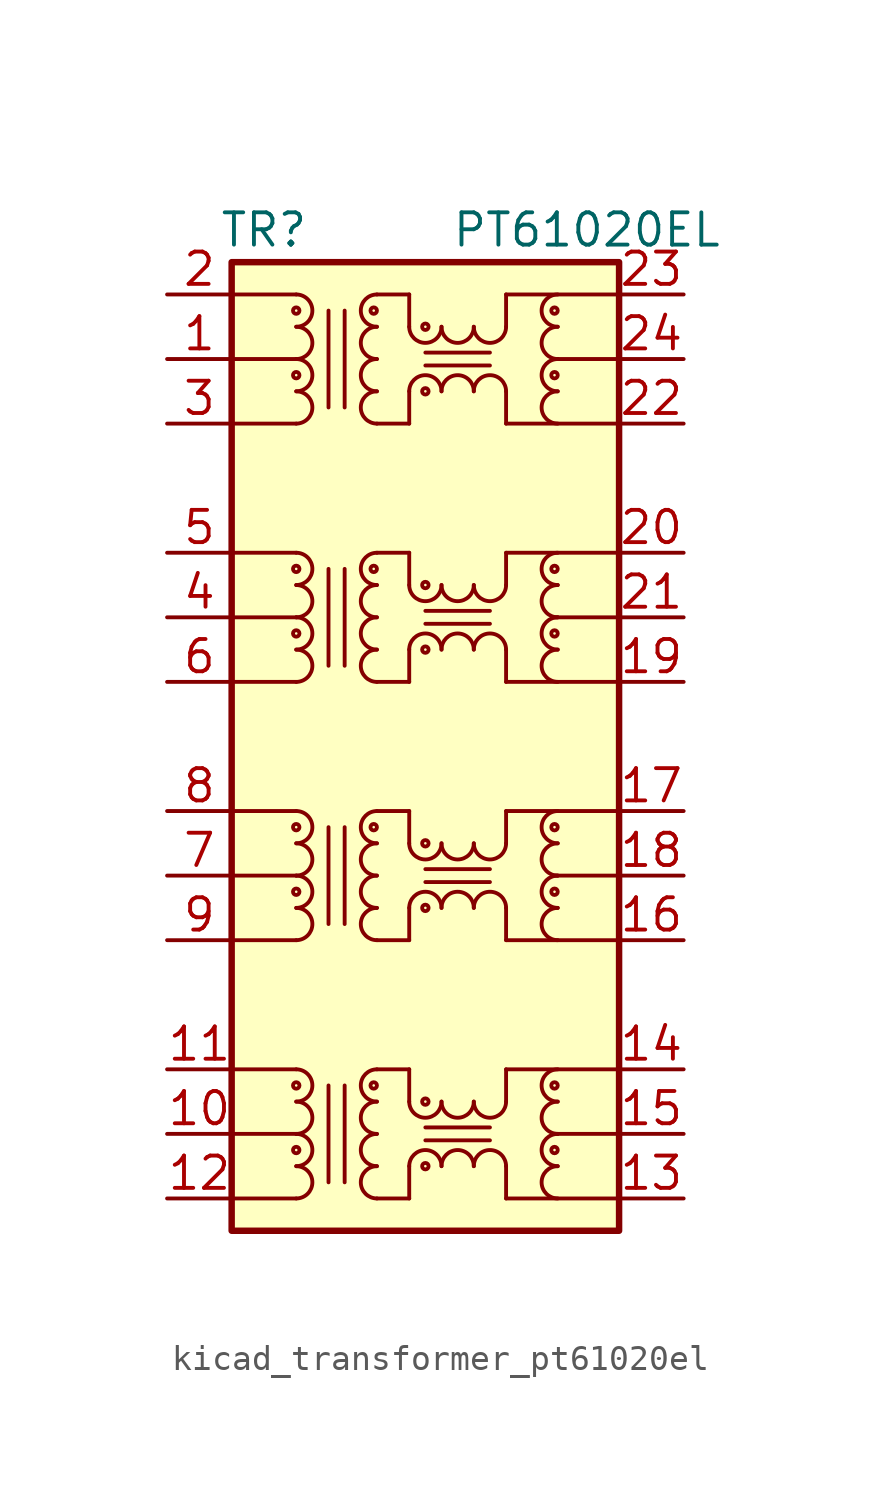
<source format=kicad_sym>
(kicad_symbol_lib
  (version 20220914)
  (generator kicad_symbol_editor)
  (symbol "kicad_transformer_pt61020el"
    (pin_names hide)
    (property "Reference" "TR"
      (at -6.35 20.32 0)
      (effects (font (size 1.27 1.27))))
    (property "Value" "PT61020EL"
      (at 6.35 20.32 0)
      (effects (font (size 1.27 1.27))))
    (symbol "kicad_transformer_pt61020el_0_1"
      (rectangle (start -7.62 19.05) (end 7.62 -19.05) (stroke (width 0.254) (type default)) (fill (type background)))
      (polyline (pts (xy -7.62 -17.78) (xy -5.08 -17.78)) (stroke (width 0) (type default)) (fill (type none)))
      (polyline (pts (xy -7.62 -15.24) (xy -5.08 -15.24)) (stroke (width 0) (type default)) (fill (type none)))
      (polyline (pts (xy -7.62 -12.7) (xy -5.08 -12.7)) (stroke (width 0) (type default)) (fill (type none)))
      (polyline (pts (xy -7.62 -7.62) (xy -5.08 -7.62)) (stroke (width 0) (type default)) (fill (type none)))
      (polyline (pts (xy -7.62 -5.08) (xy -5.08 -5.08)) (stroke (width 0) (type default)) (fill (type none)))
      (polyline (pts (xy -7.62 -2.54) (xy -5.08 -2.54)) (stroke (width 0) (type default)) (fill (type none)))
      (polyline (pts (xy -7.62 2.54) (xy -5.08 2.54)) (stroke (width 0) (type default)) (fill (type none)))
      (polyline (pts (xy -7.62 5.08) (xy -5.08 5.08)) (stroke (width 0) (type default)) (fill (type none)))
      (polyline (pts (xy -7.62 7.62) (xy -5.08 7.62)) (stroke (width 0) (type default)) (fill (type none)))
      (polyline (pts (xy -7.62 12.7) (xy -5.08 12.7)) (stroke (width 0) (type default)) (fill (type none)))
      (polyline (pts (xy -7.62 15.24) (xy -5.08 15.24)) (stroke (width 0) (type default)) (fill (type none)))
      (polyline (pts (xy -7.62 17.78) (xy -5.08 17.78)) (stroke (width 0) (type default)) (fill (type none)))
      (polyline (pts (xy -1.905 -17.78) (xy -0.635 -17.78)) (stroke (width 0) (type default)) (fill (type none)))
      (polyline (pts (xy -1.905 -12.7) (xy -0.635 -12.7)) (stroke (width 0) (type default)) (fill (type none)))
      (polyline (pts (xy -1.905 -7.62) (xy -0.635 -7.62)) (stroke (width 0) (type default)) (fill (type none)))
      (polyline (pts (xy -1.905 -2.54) (xy -0.635 -2.54)) (stroke (width 0) (type default)) (fill (type none)))
      (polyline (pts (xy -1.905 2.54) (xy -0.635 2.54)) (stroke (width 0) (type default)) (fill (type none)))
      (polyline (pts (xy -1.905 7.62) (xy -0.635 7.62)) (stroke (width 0) (type default)) (fill (type none)))
      (polyline (pts (xy -1.905 12.7) (xy -0.635 12.7)) (stroke (width 0) (type default)) (fill (type none)))
      (polyline (pts (xy -1.905 17.78) (xy -0.635 17.78)) (stroke (width 0) (type default)) (fill (type none)))
      (polyline (pts (xy -0.635 -16.51) (xy -0.635 -17.78)) (stroke (width 0) (type default)) (fill (type none)))
      (polyline (pts (xy -0.635 -12.7) (xy -0.635 -13.97)) (stroke (width 0) (type default)) (fill (type none)))
      (polyline (pts (xy -0.635 -6.35) (xy -0.635 -7.62)) (stroke (width 0) (type default)) (fill (type none)))
      (polyline (pts (xy -0.635 -2.54) (xy -0.635 -3.81)) (stroke (width 0) (type default)) (fill (type none)))
      (polyline (pts (xy -0.635 3.81) (xy -0.635 2.54)) (stroke (width 0) (type default)) (fill (type none)))
      (polyline (pts (xy -0.635 7.62) (xy -0.635 6.35)) (stroke (width 0) (type default)) (fill (type none)))
      (polyline (pts (xy -0.635 13.97) (xy -0.635 12.7)) (stroke (width 0) (type default)) (fill (type none)))
      (polyline (pts (xy -0.635 17.78) (xy -0.635 16.51)) (stroke (width 0) (type default)) (fill (type none)))
      (polyline (pts (xy 3.175 -17.78) (xy 3.175 -16.51)) (stroke (width 0) (type default)) (fill (type none)))
      (polyline (pts (xy 3.175 -17.78) (xy 7.62 -17.78)) (stroke (width 0) (type default)) (fill (type none)))
      (polyline (pts (xy 3.175 -13.97) (xy 3.175 -12.7)) (stroke (width 0) (type default)) (fill (type none)))
      (polyline (pts (xy 3.175 -12.7) (xy 7.62 -12.7)) (stroke (width 0) (type default)) (fill (type none)))
      (polyline (pts (xy 3.175 -7.62) (xy 3.175 -6.35)) (stroke (width 0) (type default)) (fill (type none)))
      (polyline (pts (xy 3.175 -7.62) (xy 7.62 -7.62)) (stroke (width 0) (type default)) (fill (type none)))
      (polyline (pts (xy 3.175 -3.81) (xy 3.175 -2.54)) (stroke (width 0) (type default)) (fill (type none)))
      (polyline (pts (xy 3.175 -2.54) (xy 7.62 -2.54)) (stroke (width 0) (type default)) (fill (type none)))
      (polyline (pts (xy 3.175 2.54) (xy 3.175 3.81)) (stroke (width 0) (type default)) (fill (type none)))
      (polyline (pts (xy 3.175 2.54) (xy 7.62 2.54)) (stroke (width 0) (type default)) (fill (type none)))
      (polyline (pts (xy 3.175 6.35) (xy 3.175 7.62)) (stroke (width 0) (type default)) (fill (type none)))
      (polyline (pts (xy 3.175 7.62) (xy 7.62 7.62)) (stroke (width 0) (type default)) (fill (type none)))
      (polyline (pts (xy 3.175 12.7) (xy 3.175 13.97)) (stroke (width 0) (type default)) (fill (type none)))
      (polyline (pts (xy 3.175 12.7) (xy 7.62 12.7)) (stroke (width 0) (type default)) (fill (type none)))
      (polyline (pts (xy 3.175 16.51) (xy 3.175 17.78)) (stroke (width 0) (type default)) (fill (type none)))
      (polyline (pts (xy 3.175 17.78) (xy 7.62 17.78)) (stroke (width 0) (type default)) (fill (type none)))
      (polyline (pts (xy 5.08 -15.24) (xy 7.62 -15.24)) (stroke (width 0) (type default)) (fill (type none)))
      (polyline (pts (xy 5.08 -5.08) (xy 7.62 -5.08)) (stroke (width 0) (type default)) (fill (type none)))
      (polyline (pts (xy 5.08 5.08) (xy 7.62 5.08)) (stroke (width 0) (type default)) (fill (type none)))
      (polyline (pts (xy 5.08 15.24) (xy 7.62 15.24)) (stroke (width 0) (type default)) (fill (type none)))
      (polyline (pts (xy 7.62 15.24) (xy 7.62 15.24)) (stroke (width 0) (type default)) (fill (type none)))
      (pin passive line (at -10.16 15.24 0) (length 2.54) (name "TCT1" (effects (font (size 1.27 1.27)))) (number "1" (effects (font (size 1.27 1.27)))))
      (pin passive line (at -10.16 -15.24 0) (length 2.54) (name "TCT4" (effects (font (size 1.27 1.27)))) (number "10" (effects (font (size 1.27 1.27)))))
      (pin passive line (at -10.16 -12.7 0) (length 2.54) (name "TD4+" (effects (font (size 1.27 1.27)))) (number "11" (effects (font (size 1.27 1.27)))))
      (pin passive line (at -10.16 -17.78 0) (length 2.54) (name "TD4-" (effects (font (size 1.27 1.27)))) (number "12" (effects (font (size 1.27 1.27)))))
      (pin passive line (at 10.16 -17.78 180) (length 2.54) (name "MX4-" (effects (font (size 1.27 1.27)))) (number "13" (effects (font (size 1.27 1.27)))))
      (pin passive line (at 10.16 -12.7 180) (length 2.54) (name "MX4+" (effects (font (size 1.27 1.27)))) (number "14" (effects (font (size 1.27 1.27)))))
      (pin passive line (at 10.16 -15.24 180) (length 2.54) (name "MCT4" (effects (font (size 1.27 1.27)))) (number "15" (effects (font (size 1.27 1.27)))))
      (pin passive line (at 10.16 -7.62 180) (length 2.54) (name "MX3-" (effects (font (size 1.27 1.27)))) (number "16" (effects (font (size 1.27 1.27)))))
      (pin passive line (at 10.16 -2.54 180) (length 2.54) (name "MX3+" (effects (font (size 1.27 1.27)))) (number "17" (effects (font (size 1.27 1.27)))))
      (pin passive line (at 10.16 -5.08 180) (length 2.54) (name "MCT3" (effects (font (size 1.27 1.27)))) (number "18" (effects (font (size 1.27 1.27)))))
      (pin passive line (at 10.16 2.54 180) (length 2.54) (name "MX2-" (effects (font (size 1.27 1.27)))) (number "19" (effects (font (size 1.27 1.27)))))
      (pin passive line (at -10.16 17.78 0) (length 2.54) (name "TD1+" (effects (font (size 1.27 1.27)))) (number "2" (effects (font (size 1.27 1.27)))))
      (pin passive line (at 10.16 7.62 180) (length 2.54) (name "MX2+" (effects (font (size 1.27 1.27)))) (number "20" (effects (font (size 1.27 1.27)))))
      (pin passive line (at 10.16 5.08 180) (length 2.54) (name "MCT2" (effects (font (size 1.27 1.27)))) (number "21" (effects (font (size 1.27 1.27)))))
      (pin passive line (at 10.16 12.7 180) (length 2.54) (name "MX1-" (effects (font (size 1.27 1.27)))) (number "22" (effects (font (size 1.27 1.27)))))
      (pin passive line (at 10.16 17.78 180) (length 2.54) (name "MX1+" (effects (font (size 1.27 1.27)))) (number "23" (effects (font (size 1.27 1.27)))))
      (pin passive line (at 10.16 15.24 180) (length 2.54) (name "MCT1" (effects (font (size 1.27 1.27)))) (number "24" (effects (font (size 1.27 1.27)))))
      (pin passive line (at -10.16 12.7 0) (length 2.54) (name "TD1-" (effects (font (size 1.27 1.27)))) (number "3" (effects (font (size 1.27 1.27)))))
      (pin passive line (at -10.16 5.08 0) (length 2.54) (name "TCT2" (effects (font (size 1.27 1.27)))) (number "4" (effects (font (size 1.27 1.27)))))
      (pin passive line (at -10.16 7.62 0) (length 2.54) (name "TD2+" (effects (font (size 1.27 1.27)))) (number "5" (effects (font (size 1.27 1.27)))))
      (pin passive line (at -10.16 2.54 0) (length 2.54) (name "TD2-" (effects (font (size 1.27 1.27)))) (number "6" (effects (font (size 1.27 1.27)))))
      (pin passive line (at -10.16 -5.08 0) (length 2.54) (name "TCT3" (effects (font (size 1.27 1.27)))) (number "7" (effects (font (size 1.27 1.27)))))
      (pin passive line (at -10.16 -2.54 0) (length 2.54) (name "TD3+" (effects (font (size 1.27 1.27)))) (number "8" (effects (font (size 1.27 1.27)))))
      (pin passive line (at -10.16 -7.62 0) (length 2.54) (name "TD3-" (effects (font (size 1.27 1.27)))) (number "9" (effects (font (size 1.27 1.27))))))
    (symbol "kicad_transformer_pt61020el_1_1"
      (arc (start -5.08 -17.78) (mid -4.4477 -17.145) (end -5.08 -16.51) (stroke (width 0) (type default)) (fill (type none)))
      (arc (start -5.08 -16.51) (mid -4.4477 -15.875) (end -5.08 -15.24) (stroke (width 0) (type default)) (fill (type none)))
      (circle (center -5.08 -15.875) (radius 0.127) (stroke (width 0) (type default)) (fill (type none)))
      (arc (start -5.08 -15.24) (mid -4.4477 -14.605) (end -5.08 -13.97) (stroke (width 0) (type default)) (fill (type none)))
      (arc (start -5.08 -13.97) (mid -4.4477 -13.335) (end -5.08 -12.7) (stroke (width 0) (type default)) (fill (type none)))
      (circle (center -5.08 -13.335) (radius 0.127) (stroke (width 0) (type default)) (fill (type none)))
      (arc (start -5.08 -7.62) (mid -4.4477 -6.985) (end -5.08 -6.35) (stroke (width 0) (type default)) (fill (type none)))
      (arc (start -5.08 -6.35) (mid -4.4477 -5.715) (end -5.08 -5.08) (stroke (width 0) (type default)) (fill (type none)))
      (circle (center -5.08 -5.715) (radius 0.127) (stroke (width 0) (type default)) (fill (type none)))
      (arc (start -5.08 -5.08) (mid -4.4477 -4.445) (end -5.08 -3.81) (stroke (width 0) (type default)) (fill (type none)))
      (arc (start -5.08 -3.81) (mid -4.4477 -3.175) (end -5.08 -2.54) (stroke (width 0) (type default)) (fill (type none)))
      (circle (center -5.08 -3.175) (radius 0.127) (stroke (width 0) (type default)) (fill (type none)))
      (arc (start -5.08 2.54) (mid -4.4477 3.175) (end -5.08 3.81) (stroke (width 0) (type default)) (fill (type none)))
      (arc (start -5.08 3.81) (mid -4.4477 4.445) (end -5.08 5.08) (stroke (width 0) (type default)) (fill (type none)))
      (circle (center -5.08 4.445) (radius 0.127) (stroke (width 0) (type default)) (fill (type none)))
      (arc (start -5.08 5.08) (mid -4.4477 5.715) (end -5.08 6.35) (stroke (width 0) (type default)) (fill (type none)))
      (arc (start -5.08 6.35) (mid -4.4477 6.985) (end -5.08 7.62) (stroke (width 0) (type default)) (fill (type none)))
      (circle (center -5.08 6.985) (radius 0.127) (stroke (width 0) (type default)) (fill (type none)))
      (arc (start -5.08 12.7) (mid -4.4477 13.335) (end -5.08 13.97) (stroke (width 0) (type default)) (fill (type none)))
      (arc (start -5.08 13.97) (mid -4.4477 14.605) (end -5.08 15.24) (stroke (width 0) (type default)) (fill (type none)))
      (circle (center -5.08 14.605) (radius 0.127) (stroke (width 0) (type default)) (fill (type none)))
      (arc (start -5.08 15.24) (mid -4.4477 15.875) (end -5.08 16.51) (stroke (width 0) (type default)) (fill (type none)))
      (arc (start -5.08 16.51) (mid -4.4477 17.145) (end -5.08 17.78) (stroke (width 0) (type default)) (fill (type none)))
      (circle (center -5.08 17.145) (radius 0.127) (stroke (width 0) (type default)) (fill (type none)))
      (circle (center -2.032 -13.335) (radius 0.127) (stroke (width 0) (type default)) (fill (type none)))
      (circle (center -2.032 -3.175) (radius 0.127) (stroke (width 0) (type default)) (fill (type none)))
      (circle (center -2.032 6.985) (radius 0.127) (stroke (width 0) (type default)) (fill (type none)))
      (circle (center -2.032 17.145) (radius 0.127) (stroke (width 0) (type default)) (fill (type none)))
      (arc (start -1.905 -16.51) (mid -2.5373 -17.145) (end -1.905 -17.78) (stroke (width 0) (type default)) (fill (type none)))
      (arc (start -1.905 -15.24) (mid -2.5373 -15.875) (end -1.905 -16.51) (stroke (width 0) (type default)) (fill (type none)))
      (arc (start -1.905 -13.97) (mid -2.5373 -14.605) (end -1.905 -15.24) (stroke (width 0) (type default)) (fill (type none)))
      (arc (start -1.905 -12.7) (mid -2.5373 -13.335) (end -1.905 -13.97) (stroke (width 0) (type default)) (fill (type none)))
      (arc (start -1.905 -6.35) (mid -2.5373 -6.985) (end -1.905 -7.62) (stroke (width 0) (type default)) (fill (type none)))
      (arc (start -1.905 -5.08) (mid -2.5373 -5.715) (end -1.905 -6.35) (stroke (width 0) (type default)) (fill (type none)))
      (arc (start -1.905 -3.81) (mid -2.5373 -4.445) (end -1.905 -5.08) (stroke (width 0) (type default)) (fill (type none)))
      (arc (start -1.905 -2.54) (mid -2.5373 -3.175) (end -1.905 -3.81) (stroke (width 0) (type default)) (fill (type none)))
      (arc (start -1.905 3.81) (mid -2.5373 3.175) (end -1.905 2.54) (stroke (width 0) (type default)) (fill (type none)))
      (arc (start -1.905 5.08) (mid -2.5373 4.445) (end -1.905 3.81) (stroke (width 0) (type default)) (fill (type none)))
      (arc (start -1.905 6.35) (mid -2.5373 5.715) (end -1.905 5.08) (stroke (width 0) (type default)) (fill (type none)))
      (arc (start -1.905 7.62) (mid -2.5373 6.985) (end -1.905 6.35) (stroke (width 0) (type default)) (fill (type none)))
      (arc (start -1.905 13.97) (mid -2.5373 13.335) (end -1.905 12.7) (stroke (width 0) (type default)) (fill (type none)))
      (arc (start -1.905 15.24) (mid -2.5373 14.605) (end -1.905 13.97) (stroke (width 0) (type default)) (fill (type none)))
      (arc (start -1.905 16.51) (mid -2.5373 15.875) (end -1.905 15.24) (stroke (width 0) (type default)) (fill (type none)))
      (arc (start -1.905 17.78) (mid -2.5373 17.145) (end -1.905 16.51) (stroke (width 0) (type default)) (fill (type none)))
      (arc (start -0.635 -13.97) (mid 0 -14.6023) (end 0.635 -13.97) (stroke (width 0) (type default)) (fill (type none)))
      (arc (start -0.635 -3.81) (mid 0 -4.4423) (end 0.635 -3.81) (stroke (width 0) (type default)) (fill (type none)))
      (arc (start -0.635 6.35) (mid 0 5.7177) (end 0.635 6.35) (stroke (width 0) (type default)) (fill (type none)))
      (arc (start -0.635 16.51) (mid 0 15.8777) (end 0.635 16.51) (stroke (width 0) (type default)) (fill (type none)))
      (circle (center 0 -16.51) (radius 0.127) (stroke (width 0) (type default)) (fill (type none)))
      (circle (center 0 -13.97) (radius 0.127) (stroke (width 0) (type default)) (fill (type none)))
      (circle (center 0 -6.35) (radius 0.127) (stroke (width 0) (type default)) (fill (type none)))
      (circle (center 0 -3.81) (radius 0.127) (stroke (width 0) (type default)) (fill (type none)))
      (polyline (pts (xy -3.81 -17.145) (xy -3.81 -13.335)) (stroke (width 0) (type default)) (fill (type none)))
      (polyline (pts (xy -3.81 -6.985) (xy -3.81 -3.175)) (stroke (width 0) (type default)) (fill (type none)))
      (polyline (pts (xy -3.81 3.175) (xy -3.81 6.985)) (stroke (width 0) (type default)) (fill (type none)))
      (polyline (pts (xy -3.81 13.335) (xy -3.81 17.145)) (stroke (width 0) (type default)) (fill (type none)))
      (polyline (pts (xy -3.175 -17.145) (xy -3.175 -13.335)) (stroke (width 0) (type default)) (fill (type none)))
      (polyline (pts (xy -3.175 -6.985) (xy -3.175 -3.175)) (stroke (width 0) (type default)) (fill (type none)))
      (polyline (pts (xy -3.175 3.175) (xy -3.175 6.985)) (stroke (width 0) (type default)) (fill (type none)))
      (polyline (pts (xy -3.175 13.335) (xy -3.175 17.145)) (stroke (width 0) (type default)) (fill (type none)))
      (polyline (pts (xy 2.54 -15.494) (xy 0 -15.494)) (stroke (width 0) (type default)) (fill (type none)))
      (polyline (pts (xy 2.54 -14.986) (xy 0 -14.986)) (stroke (width 0) (type default)) (fill (type none)))
      (polyline (pts (xy 2.54 -5.334) (xy 0 -5.334)) (stroke (width 0) (type default)) (fill (type none)))
      (polyline (pts (xy 2.54 -4.826) (xy 0 -4.826)) (stroke (width 0) (type default)) (fill (type none)))
      (polyline (pts (xy 2.54 4.826) (xy 0 4.826)) (stroke (width 0) (type default)) (fill (type none)))
      (polyline (pts (xy 2.54 5.334) (xy 0 5.334)) (stroke (width 0) (type default)) (fill (type none)))
      (polyline (pts (xy 2.54 14.986) (xy 0 14.986)) (stroke (width 0) (type default)) (fill (type none)))
      (polyline (pts (xy 2.54 15.494) (xy 0 15.494)) (stroke (width 0) (type default)) (fill (type none)))
      (circle (center 0 3.81) (radius 0.127) (stroke (width 0) (type default)) (fill (type none)))
      (circle (center 0 6.35) (radius 0.127) (stroke (width 0) (type default)) (fill (type none)))
      (circle (center 0 13.97) (radius 0.127) (stroke (width 0) (type default)) (fill (type none)))
      (circle (center 0 16.51) (radius 0.127) (stroke (width 0) (type default)) (fill (type none)))
      (arc (start 0.635 -16.51) (mid 0 -15.8777) (end -0.635 -16.51) (stroke (width 0) (type default)) (fill (type none)))
      (arc (start 0.635 -13.97) (mid 1.27 -14.6023) (end 1.905 -13.97) (stroke (width 0) (type default)) (fill (type none)))
      (arc (start 0.635 -6.35) (mid 0 -5.7177) (end -0.635 -6.35) (stroke (width 0) (type default)) (fill (type none)))
      (arc (start 0.635 -3.81) (mid 1.27 -4.4423) (end 1.905 -3.81) (stroke (width 0) (type default)) (fill (type none)))
      (arc (start 0.635 3.81) (mid 0 4.4423) (end -0.635 3.81) (stroke (width 0) (type default)) (fill (type none)))
      (arc (start 0.635 6.35) (mid 1.27 5.7177) (end 1.905 6.35) (stroke (width 0) (type default)) (fill (type none)))
      (arc (start 0.635 13.97) (mid 0 14.6023) (end -0.635 13.97) (stroke (width 0) (type default)) (fill (type none)))
      (arc (start 0.635 16.51) (mid 1.27 15.8777) (end 1.905 16.51) (stroke (width 0) (type default)) (fill (type none)))
      (arc (start 1.905 -16.51) (mid 1.27 -15.8777) (end 0.635 -16.51) (stroke (width 0) (type default)) (fill (type none)))
      (arc (start 1.905 -13.97) (mid 2.54 -14.6023) (end 3.175 -13.97) (stroke (width 0) (type default)) (fill (type none)))
      (arc (start 1.905 -6.35) (mid 1.27 -5.7177) (end 0.635 -6.35) (stroke (width 0) (type default)) (fill (type none)))
      (arc (start 1.905 -3.81) (mid 2.54 -4.4423) (end 3.175 -3.81) (stroke (width 0) (type default)) (fill (type none)))
      (arc (start 1.905 3.81) (mid 1.27 4.4423) (end 0.635 3.81) (stroke (width 0) (type default)) (fill (type none)))
      (arc (start 1.905 6.35) (mid 2.54 5.7177) (end 3.175 6.35) (stroke (width 0) (type default)) (fill (type none)))
      (arc (start 1.905 13.97) (mid 1.27 14.6023) (end 0.635 13.97) (stroke (width 0) (type default)) (fill (type none)))
      (arc (start 1.905 16.51) (mid 2.54 15.8777) (end 3.175 16.51) (stroke (width 0) (type default)) (fill (type none)))
      (arc (start 3.175 -16.51) (mid 2.54 -15.8777) (end 1.905 -16.51) (stroke (width 0) (type default)) (fill (type none)))
      (arc (start 3.175 -6.35) (mid 2.54 -5.7177) (end 1.905 -6.35) (stroke (width 0) (type default)) (fill (type none)))
      (arc (start 3.175 3.81) (mid 2.54 4.4423) (end 1.905 3.81) (stroke (width 0) (type default)) (fill (type none)))
      (arc (start 3.175 13.97) (mid 2.54 14.6023) (end 1.905 13.97) (stroke (width 0) (type default)) (fill (type none)))
      (circle (center 5.08 -15.875) (radius 0.127) (stroke (width 0) (type default)) (fill (type none)))
      (circle (center 5.08 -13.335) (radius 0.127) (stroke (width 0) (type default)) (fill (type none)))
      (circle (center 5.08 -5.715) (radius 0.127) (stroke (width 0) (type default)) (fill (type none)))
      (circle (center 5.08 -3.175) (radius 0.127) (stroke (width 0) (type default)) (fill (type none)))
      (circle (center 5.08 4.445) (radius 0.127) (stroke (width 0) (type default)) (fill (type none)))
      (circle (center 5.08 6.985) (radius 0.127) (stroke (width 0) (type default)) (fill (type none)))
      (circle (center 5.08 14.605) (radius 0.127) (stroke (width 0) (type default)) (fill (type none)))
      (circle (center 5.08 17.145) (radius 0.127) (stroke (width 0) (type default)) (fill (type none)))
      (arc (start 5.207 -16.51) (mid 4.5747 -17.145) (end 5.207 -17.78) (stroke (width 0) (type default)) (fill (type none)))
      (arc (start 5.207 -15.24) (mid 4.5747 -15.875) (end 5.207 -16.51) (stroke (width 0) (type default)) (fill (type none)))
      (arc (start 5.207 -13.97) (mid 4.5747 -14.605) (end 5.207 -15.24) (stroke (width 0) (type default)) (fill (type none)))
      (arc (start 5.207 -12.7) (mid 4.5747 -13.335) (end 5.207 -13.97) (stroke (width 0) (type default)) (fill (type none)))
      (arc (start 5.207 -6.35) (mid 4.5747 -6.985) (end 5.207 -7.62) (stroke (width 0) (type default)) (fill (type none)))
      (arc (start 5.207 -5.08) (mid 4.5747 -5.715) (end 5.207 -6.35) (stroke (width 0) (type default)) (fill (type none)))
      (arc (start 5.207 -3.81) (mid 4.5747 -4.445) (end 5.207 -5.08) (stroke (width 0) (type default)) (fill (type none)))
      (arc (start 5.207 -2.54) (mid 4.5747 -3.175) (end 5.207 -3.81) (stroke (width 0) (type default)) (fill (type none)))
      (arc (start 5.207 3.81) (mid 4.5747 3.175) (end 5.207 2.54) (stroke (width 0) (type default)) (fill (type none)))
      (arc (start 5.207 5.08) (mid 4.5747 4.445) (end 5.207 3.81) (stroke (width 0) (type default)) (fill (type none)))
      (arc (start 5.207 6.35) (mid 4.5747 5.715) (end 5.207 5.08) (stroke (width 0) (type default)) (fill (type none)))
      (arc (start 5.207 7.62) (mid 4.5747 6.985) (end 5.207 6.35) (stroke (width 0) (type default)) (fill (type none)))
      (arc (start 5.207 13.97) (mid 4.5747 13.335) (end 5.207 12.7) (stroke (width 0) (type default)) (fill (type none)))
      (arc (start 5.207 15.24) (mid 4.5747 14.605) (end 5.207 13.97) (stroke (width 0) (type default)) (fill (type none)))
      (arc (start 5.207 16.51) (mid 4.5747 15.875) (end 5.207 15.24) (stroke (width 0) (type default)) (fill (type none)))
      (arc (start 5.207 17.78) (mid 4.5747 17.145) (end 5.207 16.51) (stroke (width 0) (type default)) (fill (type none))))))
</source>
